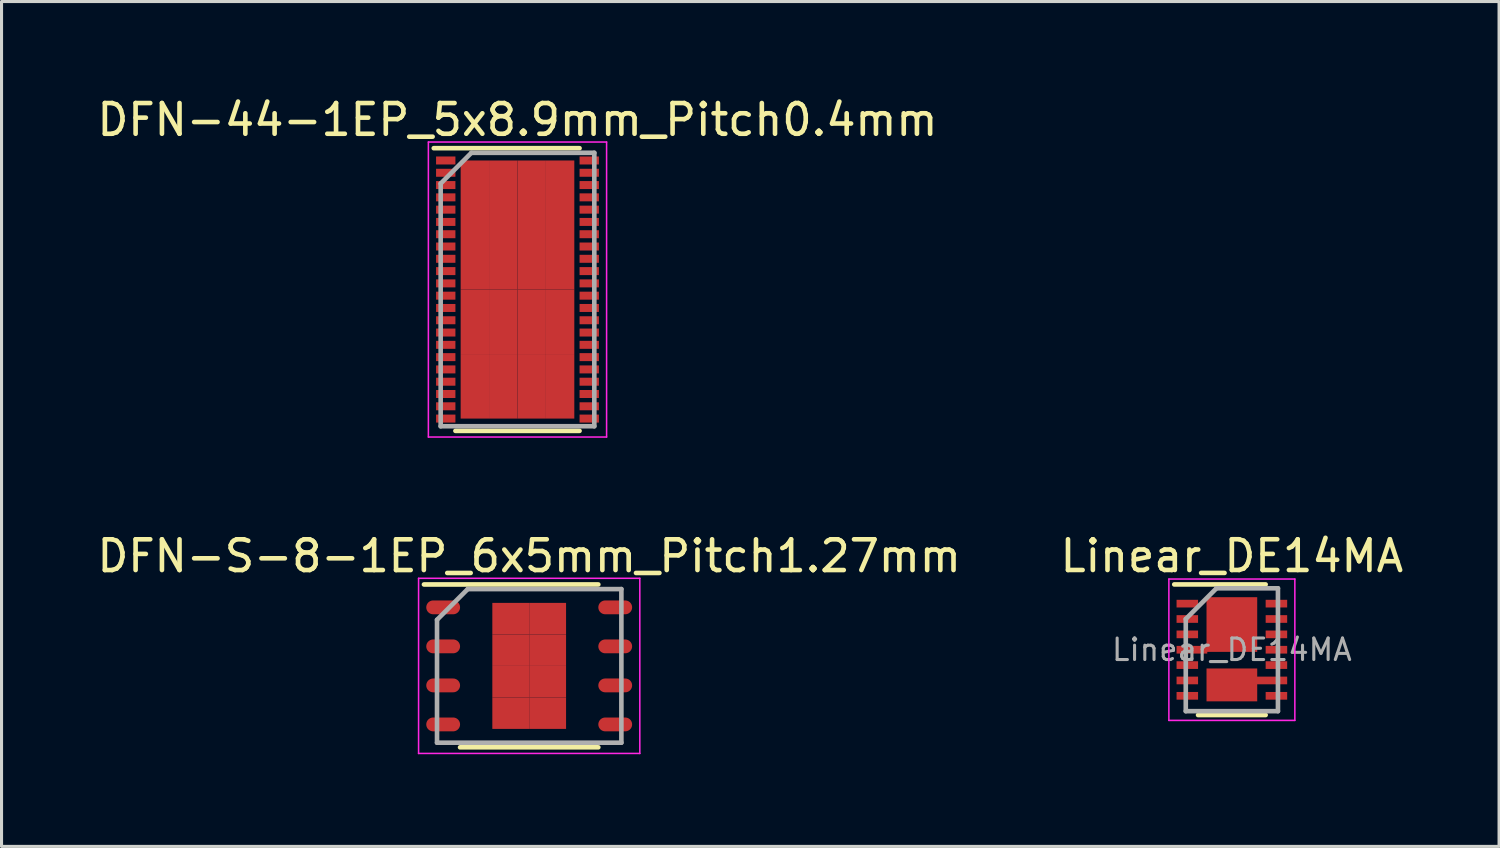
<source format=kicad_pcb>
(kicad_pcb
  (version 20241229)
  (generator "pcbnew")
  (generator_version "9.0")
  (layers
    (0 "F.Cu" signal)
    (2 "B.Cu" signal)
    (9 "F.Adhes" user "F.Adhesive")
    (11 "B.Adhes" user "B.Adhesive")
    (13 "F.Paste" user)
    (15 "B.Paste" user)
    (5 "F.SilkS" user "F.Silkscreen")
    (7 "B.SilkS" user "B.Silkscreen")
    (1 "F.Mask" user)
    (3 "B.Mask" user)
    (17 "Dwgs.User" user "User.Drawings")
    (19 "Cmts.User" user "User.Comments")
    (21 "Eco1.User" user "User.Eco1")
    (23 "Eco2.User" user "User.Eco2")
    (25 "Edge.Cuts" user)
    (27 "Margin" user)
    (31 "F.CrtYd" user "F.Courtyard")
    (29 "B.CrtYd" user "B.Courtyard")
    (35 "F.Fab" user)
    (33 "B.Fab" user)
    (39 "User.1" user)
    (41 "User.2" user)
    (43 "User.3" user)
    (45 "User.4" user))
  (footprint "Linear_DE14MA"
    (layer "F.Cu")
    (at 37.042 18.096)
    (property "Reference" "Linear_DE14MA" (at 0 -3.05 0) (layer "F.SilkS") (effects (font (size 1 1) (thickness 0.15))))
    (attr smd)
    (fp_line (start -1.875 -2.125) (end 1.1 -2.125) (stroke (width 0.15) (type solid)) (layer "F.SilkS"))
    (fp_line (start -1.1 2.125) (end 1.1 2.125) (stroke (width 0.15) (type solid)) (layer "F.SilkS"))
    (fp_line (start -2.05 -2.3) (end -2.05 2.3) (stroke (width 0.05) (type solid)) (layer "F.CrtYd"))
    (fp_line (start -2.05 -2.3) (end 2.05 -2.3) (stroke (width 0.05) (type solid)) (layer "F.CrtYd"))
    (fp_line (start -2.05 2.3) (end 2.05 2.3) (stroke (width 0.05) (type solid)) (layer "F.CrtYd"))
    (fp_line (start 2.05 -2.3) (end 2.05 2.3) (stroke (width 0.05) (type solid)) (layer "F.CrtYd"))
    (fp_line (start -1.5 -1) (end -0.5 -2) (stroke (width 0.15) (type solid)) (layer "F.Fab"))
    (fp_line (start -1.5 2) (end -1.5 -1) (stroke (width 0.15) (type solid)) (layer "F.Fab"))
    (fp_line (start -0.5 -2) (end 1.5 -2) (stroke (width 0.15) (type solid)) (layer "F.Fab"))
    (fp_line (start 1.5 -2) (end 1.5 2) (stroke (width 0.15) (type solid)) (layer "F.Fab"))
    (fp_line (start 1.5 2) (end -1.5 2) (stroke (width 0.15) (type solid)) (layer "F.Fab"))
    (fp_text user "${REFERENCE}" (at 0 0 0) (layer "F.Fab") (effects (font (size 0.7 0.7) (thickness 0.1))))
    (pad "1" smd rect (at -1.45 -1.5) (size 0.7 0.25) (layers "F.Cu" "F.Mask" "F.Paste"))
    (pad "2" smd rect (at -1.45 -1) (size 0.7 0.25) (layers "F.Cu" "F.Mask" "F.Paste"))
    (pad "3" smd rect (at -1.45 -0.5) (size 0.7 0.25) (layers "F.Cu" "F.Mask" "F.Paste"))
    (pad "4" smd rect (at -1.3 0) (size 1 0.25) (layers "F.Cu" "F.Mask" "F.Paste"))
    (pad "5" smd rect (at -1.45 0.5) (size 0.7 0.25) (layers "F.Cu" "F.Mask" "F.Paste"))
    (pad "6" smd rect (at -1.45 1) (size 0.7 0.25) (layers "F.Cu" "F.Mask" "F.Paste"))
    (pad "7" smd rect (at -1.45 1.5) (size 0.7 0.25) (layers "F.Cu" "F.Mask" "F.Paste"))
    (pad "8" smd rect (at 1.45 1.5) (size 0.7 0.25) (layers "F.Cu" "F.Mask" "F.Paste"))
    (pad "9" smd rect (at 1.3 1) (size 1 0.25) (layers "F.Cu" "F.Mask" "F.Paste"))
    (pad "10" smd rect (at 1.45 0.5) (size 0.7 0.25) (layers "F.Cu" "F.Mask" "F.Paste"))
    (pad "11" smd rect (at 1.45 0) (size 0.7 0.25) (layers "F.Cu" "F.Mask" "F.Paste"))
    (pad "12" smd rect (at 1.45 -0.5) (size 0.7 0.25) (layers "F.Cu" "F.Mask" "F.Paste"))
    (pad "13" smd rect (at 1.45 -1) (size 0.7 0.25) (layers "F.Cu" "F.Mask" "F.Paste"))
    (pad "14" smd rect (at 1.45 -1.5) (size 0.7 0.25) (layers "F.Cu" "F.Mask" "F.Paste"))
    (pad "15" smd rect (at 0 -0.82) (size 1.65 1.78) (layers "F.Cu" "F.Mask" "F.Paste"))
    (pad "16" smd rect (at 0 1.145) (size 1.65 1.07) (layers "F.Cu" "F.Mask" "F.Paste")))
  (footprint "DFN-44-1EP_5x8.9mm_Pitch0.4mm"
    (layer "F.Cu")
    (at 13.792 6.373)
    (property "Reference" "DFN-44-1EP_5x8.9mm_Pitch0.4mm" (at 0 -5.525 0) (layer "F.SilkS") (effects (font (size 1 1) (thickness 0.15))))
    (attr smd)
    (fp_line (start -2.725 -4.6) (end 2.02 -4.6) (stroke (width 0.15) (type solid)) (layer "F.SilkS"))
    (fp_line (start -2.02 4.6) (end 2.02 4.6) (stroke (width 0.15) (type solid)) (layer "F.SilkS"))
    (fp_line (start -2.9 -4.8) (end -2.9 4.8) (stroke (width 0.05) (type solid)) (layer "F.CrtYd"))
    (fp_line (start -2.9 -4.8) (end 2.9 -4.8) (stroke (width 0.05) (type solid)) (layer "F.CrtYd"))
    (fp_line (start -2.9 4.8) (end 2.9 4.8) (stroke (width 0.05) (type solid)) (layer "F.CrtYd"))
    (fp_line (start 2.9 -4.8) (end 2.9 4.8) (stroke (width 0.05) (type solid)) (layer "F.CrtYd"))
    (fp_line (start -2.5 -3.45) (end -1.5 -4.45) (stroke (width 0.15) (type solid)) (layer "F.Fab"))
    (fp_line (start -2.5 4.45) (end -2.5 -3.45) (stroke (width 0.15) (type solid)) (layer "F.Fab"))
    (fp_line (start -1.5 -4.45) (end 2.5 -4.45) (stroke (width 0.15) (type solid)) (layer "F.Fab"))
    (fp_line (start 2.5 -4.45) (end 2.5 4.45) (stroke (width 0.15) (type solid)) (layer "F.Fab"))
    (fp_line (start 2.5 4.45) (end -2.5 4.45) (stroke (width 0.15) (type solid)) (layer "F.Fab"))
    (pad "1" smd rect (at -2.335 -4.2) (size 0.63 0.26) (layers "F.Cu" "F.Mask" "F.Paste"))
    (pad "2" smd rect (at -2.335 -3.8) (size 0.63 0.26) (layers "F.Cu" "F.Mask" "F.Paste"))
    (pad "3" smd rect (at -2.335 -3.4) (size 0.63 0.26) (layers "F.Cu" "F.Mask" "F.Paste"))
    (pad "4" smd rect (at -2.335 -3) (size 0.63 0.26) (layers "F.Cu" "F.Mask" "F.Paste"))
    (pad "5" smd rect (at -2.335 -2.6) (size 0.63 0.26) (layers "F.Cu" "F.Mask" "F.Paste"))
    (pad "6" smd rect (at -2.335 -2.2) (size 0.63 0.26) (layers "F.Cu" "F.Mask" "F.Paste"))
    (pad "7" smd rect (at -2.335 -1.8) (size 0.63 0.26) (layers "F.Cu" "F.Mask" "F.Paste"))
    (pad "8" smd rect (at -2.335 -1.4) (size 0.63 0.26) (layers "F.Cu" "F.Mask" "F.Paste"))
    (pad "9" smd rect (at -2.335 -1) (size 0.63 0.26) (layers "F.Cu" "F.Mask" "F.Paste"))
    (pad "10" smd rect (at -2.335 -0.6) (size 0.63 0.26) (layers "F.Cu" "F.Mask" "F.Paste"))
    (pad "11" smd rect (at -2.335 -0.2) (size 0.63 0.26) (layers "F.Cu" "F.Mask" "F.Paste"))
    (pad "12" smd rect (at -2.335 0.2) (size 0.63 0.26) (layers "F.Cu" "F.Mask" "F.Paste"))
    (pad "13" smd rect (at -2.335 0.6) (size 0.63 0.26) (layers "F.Cu" "F.Mask" "F.Paste"))
    (pad "14" smd rect (at -2.335 1) (size 0.63 0.26) (layers "F.Cu" "F.Mask" "F.Paste"))
    (pad "15" smd rect (at -2.335 1.4) (size 0.63 0.26) (layers "F.Cu" "F.Mask" "F.Paste"))
    (pad "16" smd rect (at -2.335 1.8) (size 0.63 0.26) (layers "F.Cu" "F.Mask" "F.Paste"))
    (pad "17" smd rect (at -2.335 2.2) (size 0.63 0.26) (layers "F.Cu" "F.Mask" "F.Paste"))
    (pad "18" smd rect (at -2.335 2.6) (size 0.63 0.26) (layers "F.Cu" "F.Mask" "F.Paste"))
    (pad "19" smd rect (at -2.335 3) (size 0.63 0.26) (layers "F.Cu" "F.Mask" "F.Paste"))
    (pad "20" smd rect (at -2.335 3.4) (size 0.63 0.26) (layers "F.Cu" "F.Mask" "F.Paste"))
    (pad "21" smd rect (at -2.335 3.8) (size 0.63 0.26) (layers "F.Cu" "F.Mask" "F.Paste"))
    (pad "22" smd rect (at -2.335 4.2) (size 0.63 0.26) (layers "F.Cu" "F.Mask" "F.Paste"))
    (pad "23" smd rect (at 2.335 4.2) (size 0.63 0.26) (layers "F.Cu" "F.Mask" "F.Paste"))
    (pad "24" smd rect (at 2.335 3.8) (size 0.63 0.26) (layers "F.Cu" "F.Mask" "F.Paste"))
    (pad "25" smd rect (at 2.335 3.4) (size 0.63 0.26) (layers "F.Cu" "F.Mask" "F.Paste"))
    (pad "26" smd rect (at 2.335 3) (size 0.63 0.26) (layers "F.Cu" "F.Mask" "F.Paste"))
    (pad "27" smd rect (at 2.335 2.6) (size 0.63 0.26) (layers "F.Cu" "F.Mask" "F.Paste"))
    (pad "28" smd rect (at 2.335 2.2) (size 0.63 0.26) (layers "F.Cu" "F.Mask" "F.Paste"))
    (pad "29" smd rect (at 2.335 1.8) (size 0.63 0.26) (layers "F.Cu" "F.Mask" "F.Paste"))
    (pad "30" smd rect (at 2.335 1.4) (size 0.63 0.26) (layers "F.Cu" "F.Mask" "F.Paste"))
    (pad "31" smd rect (at 2.335 1) (size 0.63 0.26) (layers "F.Cu" "F.Mask" "F.Paste"))
    (pad "32" smd rect (at 2.335 0.6) (size 0.63 0.26) (layers "F.Cu" "F.Mask" "F.Paste"))
    (pad "33" smd rect (at 2.335 0.2) (size 0.63 0.26) (layers "F.Cu" "F.Mask" "F.Paste"))
    (pad "34" smd rect (at 2.335 -0.2) (size 0.63 0.26) (layers "F.Cu" "F.Mask" "F.Paste"))
    (pad "35" smd rect (at 2.335 -0.6) (size 0.63 0.26) (layers "F.Cu" "F.Mask" "F.Paste"))
    (pad "36" smd rect (at 2.335 -1) (size 0.63 0.26) (layers "F.Cu" "F.Mask" "F.Paste"))
    (pad "37" smd rect (at 2.335 -1.4) (size 0.63 0.26) (layers "F.Cu" "F.Mask" "F.Paste"))
    (pad "38" smd rect (at 2.335 -1.8) (size 0.63 0.26) (layers "F.Cu" "F.Mask" "F.Paste"))
    (pad "39" smd rect (at 2.335 -2.2) (size 0.63 0.26) (layers "F.Cu" "F.Mask" "F.Paste"))
    (pad "40" smd rect (at 2.335 -2.6) (size 0.63 0.26) (layers "F.Cu" "F.Mask" "F.Paste"))
    (pad "41" smd rect (at 2.335 -3) (size 0.63 0.26) (layers "F.Cu" "F.Mask" "F.Paste"))
    (pad "42" smd rect (at 2.335 -3.4) (size 0.63 0.26) (layers "F.Cu" "F.Mask" "F.Paste"))
    (pad "43" smd rect (at 2.335 -3.8) (size 0.63 0.26) (layers "F.Cu" "F.Mask" "F.Paste"))
    (pad "44" smd rect (at 2.335 -4.2) (size 0.63 0.26) (layers "F.Cu" "F.Mask" "F.Paste"))
    (pad "45" smd rect (at -1.387 -3.15) (size 0.925 2.1) (layers "F.Cu" "F.Mask" "F.Paste"))
    (pad "45" smd rect (at -1.387 -1.05) (size 0.925 2.1) (layers "F.Cu" "F.Mask" "F.Paste"))
    (pad "45" smd rect (at -1.387 1.05) (size 0.925 2.1) (layers "F.Cu" "F.Mask" "F.Paste"))
    (pad "45" smd rect (at -1.387 3.15) (size 0.925 2.1) (layers "F.Cu" "F.Mask" "F.Paste"))
    (pad "45" smd rect (at -0.463 -3.15) (size 0.925 2.1) (layers "F.Cu" "F.Mask" "F.Paste"))
    (pad "45" smd rect (at -0.463 -1.05) (size 0.925 2.1) (layers "F.Cu" "F.Mask" "F.Paste"))
    (pad "45" smd rect (at -0.463 1.05) (size 0.925 2.1) (layers "F.Cu" "F.Mask" "F.Paste"))
    (pad "45" smd rect (at -0.463 3.15) (size 0.925 2.1) (layers "F.Cu" "F.Mask" "F.Paste"))
    (pad "45" smd rect (at 0.463 -3.15) (size 0.925 2.1) (layers "F.Cu" "F.Mask" "F.Paste"))
    (pad "45" smd rect (at 0.463 -1.05) (size 0.925 2.1) (layers "F.Cu" "F.Mask" "F.Paste"))
    (pad "45" smd rect (at 0.463 1.05) (size 0.925 2.1) (layers "F.Cu" "F.Mask" "F.Paste"))
    (pad "45" smd rect (at 0.463 3.15) (size 0.925 2.1) (layers "F.Cu" "F.Mask" "F.Paste"))
    (pad "45" smd rect (at 1.387 -3.15) (size 0.925 2.1) (layers "F.Cu" "F.Mask" "F.Paste"))
    (pad "45" smd rect (at 1.387 -1.05) (size 0.925 2.1) (layers "F.Cu" "F.Mask" "F.Paste"))
    (pad "45" smd rect (at 1.387 1.05) (size 0.925 2.1) (layers "F.Cu" "F.Mask" "F.Paste"))
    (pad "45" smd rect (at 1.387 3.15) (size 0.925 2.1) (layers "F.Cu" "F.Mask" "F.Paste")))
  (footprint "DFN-S-8-1EP_6x5mm_Pitch1.27mm"
    (layer "F.Cu")
    (at 14.173 18.622)
    (property "Reference" "DFN-S-8-1EP_6x5mm_Pitch1.27mm" (at 0 -3.575 0) (layer "F.SilkS") (effects (font (size 1 1) (thickness 0.15))))
    (attr smd)
    (fp_line (start -3.425 -2.65) (end 2.25 -2.65) (stroke (width 0.15) (type solid)) (layer "F.SilkS"))
    (fp_line (start -2.25 2.65) (end 2.25 2.65) (stroke (width 0.15) (type solid)) (layer "F.SilkS"))
    (fp_line (start -3.6 -2.85) (end -3.6 2.85) (stroke (width 0.05) (type solid)) (layer "F.CrtYd"))
    (fp_line (start -3.6 -2.85) (end 3.6 -2.85) (stroke (width 0.05) (type solid)) (layer "F.CrtYd"))
    (fp_line (start -3.6 2.85) (end 3.6 2.85) (stroke (width 0.05) (type solid)) (layer "F.CrtYd"))
    (fp_line (start 3.6 -2.85) (end 3.6 2.85) (stroke (width 0.05) (type solid)) (layer "F.CrtYd"))
    (fp_line (start -3 -1.5) (end -2 -2.5) (stroke (width 0.15) (type solid)) (layer "F.Fab"))
    (fp_line (start -3 2.5) (end -3 -1.5) (stroke (width 0.15) (type solid)) (layer "F.Fab"))
    (fp_line (start -2 -2.5) (end 3 -2.5) (stroke (width 0.15) (type solid)) (layer "F.Fab"))
    (fp_line (start 3 -2.5) (end 3 2.5) (stroke (width 0.15) (type solid)) (layer "F.Fab"))
    (fp_line (start 3 2.5) (end -3 2.5) (stroke (width 0.15) (type solid)) (layer "F.Fab"))
    (pad "1" smd oval (at -2.8 -1.905) (size 1.1 0.45) (layers "F.Cu" "F.Mask" "F.Paste"))
    (pad "2" smd oval (at -2.8 -0.635) (size 1.1 0.45) (layers "F.Cu" "F.Mask" "F.Paste"))
    (pad "3" smd oval (at -2.8 0.635) (size 1.1 0.45) (layers "F.Cu" "F.Mask" "F.Paste"))
    (pad "4" smd oval (at -2.8 1.905) (size 1.1 0.45) (layers "F.Cu" "F.Mask" "F.Paste"))
    (pad "5" smd oval (at 2.8 1.905) (size 1.1 0.45) (layers "F.Cu" "F.Mask" "F.Paste"))
    (pad "6" smd oval (at 2.8 0.635) (size 1.1 0.45) (layers "F.Cu" "F.Mask" "F.Paste"))
    (pad "7" smd oval (at 2.8 -0.635) (size 1.1 0.45) (layers "F.Cu" "F.Mask" "F.Paste"))
    (pad "8" smd oval (at 2.8 -1.905) (size 1.1 0.45) (layers "F.Cu" "F.Mask" "F.Paste"))
    (pad "9" smd rect (at -0.6 -1.538) (size 1.2 1.025) (layers "F.Cu" "F.Mask" "F.Paste"))
    (pad "9" smd rect (at -0.6 -0.512) (size 1.2 1.025) (layers "F.Cu" "F.Mask" "F.Paste"))
    (pad "9" smd rect (at -0.6 0.512) (size 1.2 1.025) (layers "F.Cu" "F.Mask" "F.Paste"))
    (pad "9" smd rect (at -0.6 1.538) (size 1.2 1.025) (layers "F.Cu" "F.Mask" "F.Paste"))
    (pad "9" smd rect (at 0.6 -1.538) (size 1.2 1.025) (layers "F.Cu" "F.Mask" "F.Paste"))
    (pad "9" smd rect (at 0.6 -0.512) (size 1.2 1.025) (layers "F.Cu" "F.Mask" "F.Paste"))
    (pad "9" smd rect (at 0.6 0.512) (size 1.2 1.025) (layers "F.Cu" "F.Mask" "F.Paste"))
    (pad "9" smd rect (at 0.6 1.538) (size 1.2 1.025) (layers "F.Cu" "F.Mask" "F.Paste")))
  (gr_rect
    (start -3 -3)
    (end 45.738 24.497)
    (stroke (width 0.1) (type default))
    (fill no)
    (layer "Edge.Cuts")))
</source>
